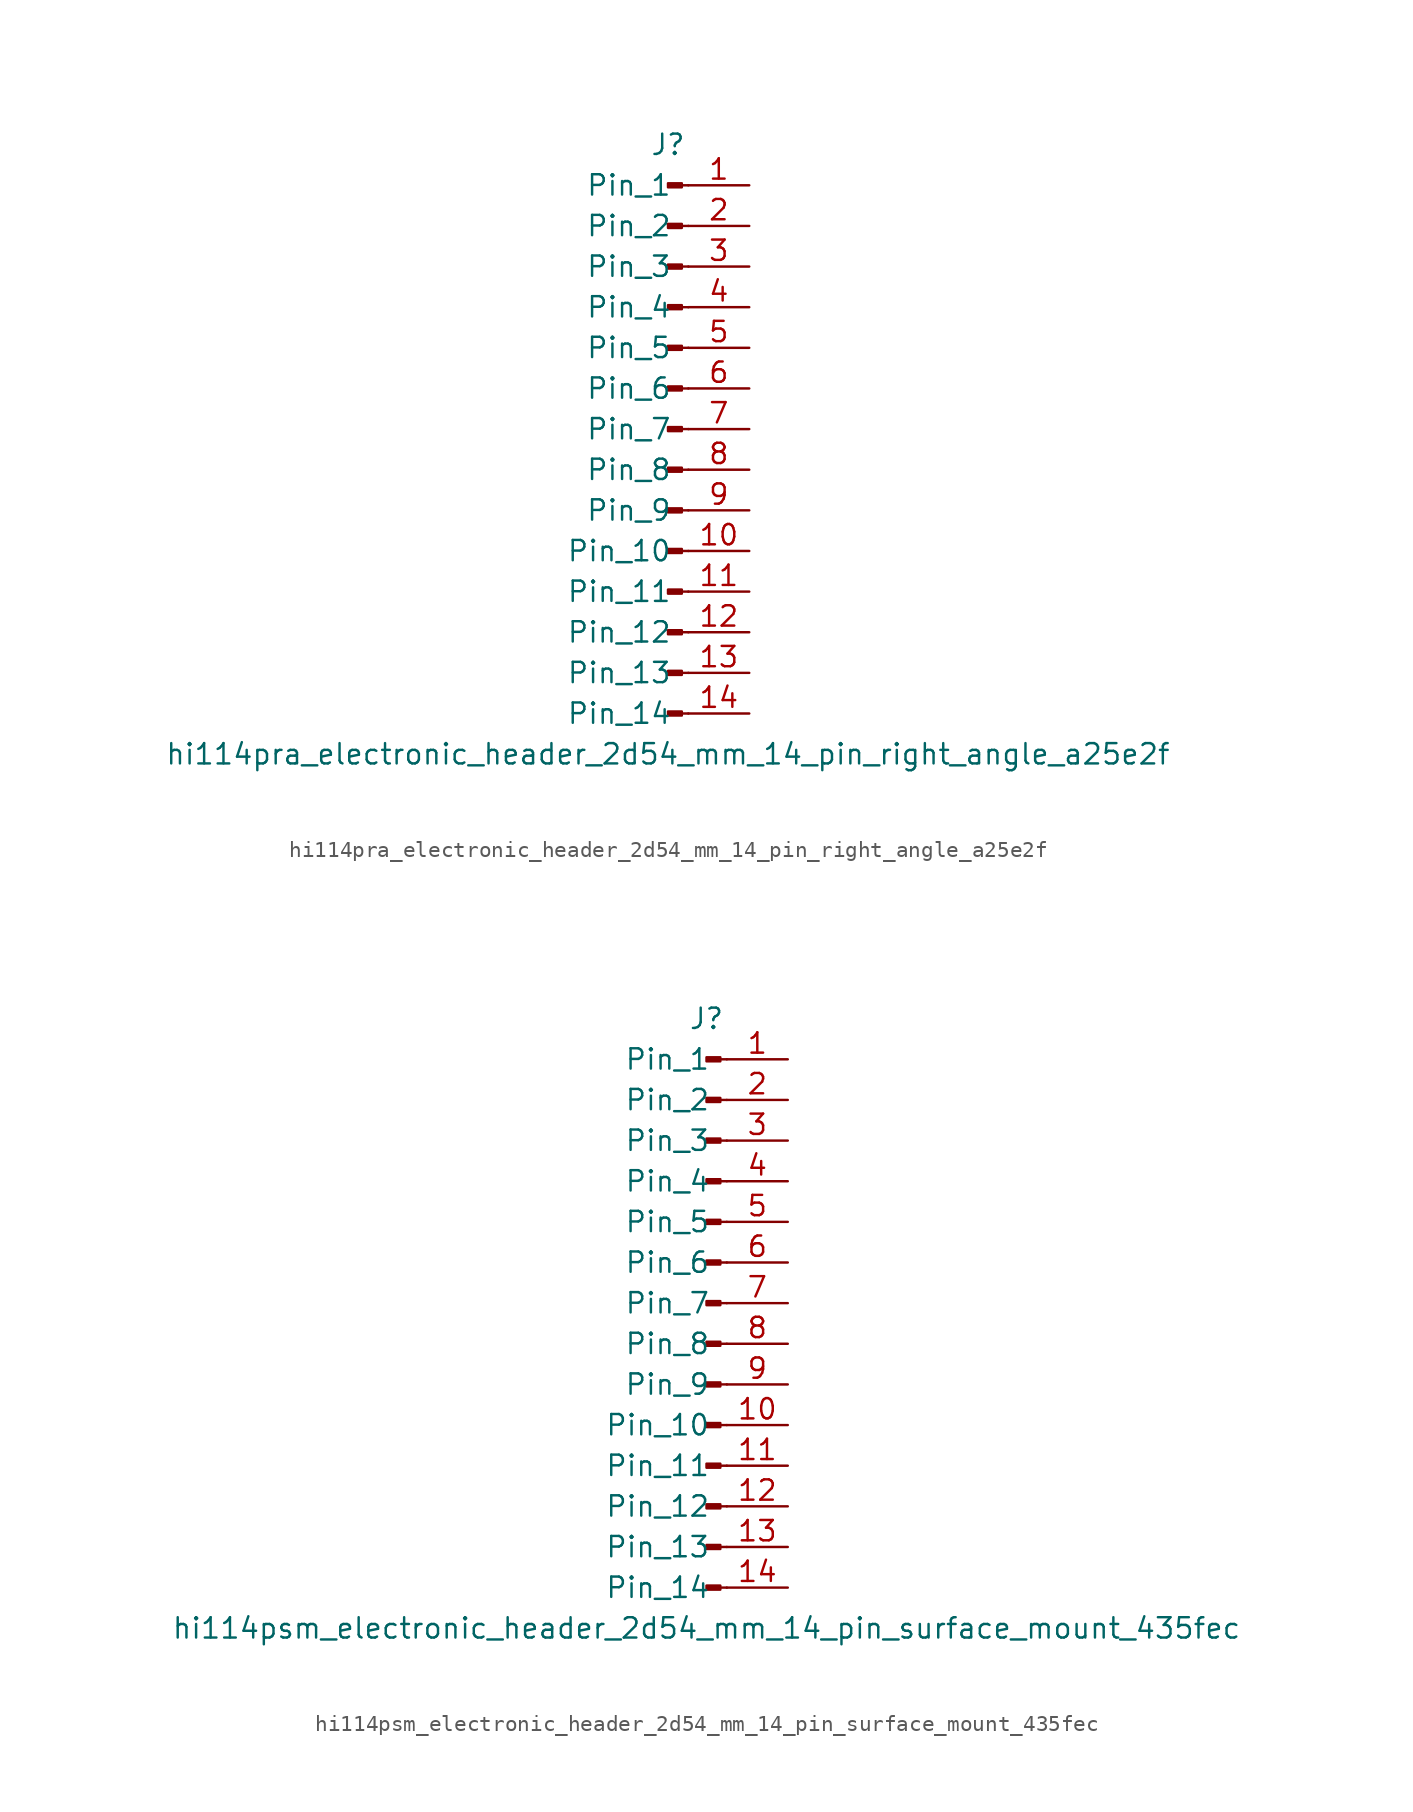
<source format=kicad_sym>
(kicad_symbol_lib
  (version 20220914)
  (generator kicad_symbol_editor)
  (symbol "hi114pra_electronic_header_2d54_mm_14_pin_right_angle_a25e2f"
    (pin_names
      (offset 1.016))
    (property "Reference" "J"
      (at 0 17.78 0)
      (effects (font (size 1.27 1.27))))
    (property "Value" "hi114pra_electronic_header_2d54_mm_14_pin_right_angle_a25e2f"
      (at 0 -20.32 0)
      (effects (font (size 1.27 1.27))))
    (property "ki_locked" ""
      (at 0 0 0)
      (effects (font (size 1.27 1.27))))
    (symbol "hi114pra_electronic_header_2d54_mm_14_pin_right_angle_a25e2f_1_1"
      (polyline (pts (xy 1.27 -17.78) (xy 0.864 -17.78)) (stroke (width 0.152) (type default)) (fill (type none)))
      (polyline (pts (xy 1.27 -15.24) (xy 0.864 -15.24)) (stroke (width 0.152) (type default)) (fill (type none)))
      (polyline (pts (xy 1.27 -12.7) (xy 0.864 -12.7)) (stroke (width 0.152) (type default)) (fill (type none)))
      (polyline (pts (xy 1.27 -10.16) (xy 0.864 -10.16)) (stroke (width 0.152) (type default)) (fill (type none)))
      (polyline (pts (xy 1.27 -7.62) (xy 0.864 -7.62)) (stroke (width 0.152) (type default)) (fill (type none)))
      (polyline (pts (xy 1.27 -5.08) (xy 0.864 -5.08)) (stroke (width 0.152) (type default)) (fill (type none)))
      (polyline (pts (xy 1.27 -2.54) (xy 0.864 -2.54)) (stroke (width 0.152) (type default)) (fill (type none)))
      (polyline (pts (xy 1.27 0) (xy 0.864 0)) (stroke (width 0.152) (type default)) (fill (type none)))
      (polyline (pts (xy 1.27 2.54) (xy 0.864 2.54)) (stroke (width 0.152) (type default)) (fill (type none)))
      (polyline (pts (xy 1.27 5.08) (xy 0.864 5.08)) (stroke (width 0.152) (type default)) (fill (type none)))
      (polyline (pts (xy 1.27 7.62) (xy 0.864 7.62)) (stroke (width 0.152) (type default)) (fill (type none)))
      (polyline (pts (xy 1.27 10.16) (xy 0.864 10.16)) (stroke (width 0.152) (type default)) (fill (type none)))
      (polyline (pts (xy 1.27 12.7) (xy 0.864 12.7)) (stroke (width 0.152) (type default)) (fill (type none)))
      (polyline (pts (xy 1.27 15.24) (xy 0.864 15.24)) (stroke (width 0.152) (type default)) (fill (type none)))
      (rectangle (start 0.864 -17.653) (end 0 -17.907) (stroke (width 0.152) (type default)) (fill (type outline)))
      (rectangle (start 0.864 -15.113) (end 0 -15.367) (stroke (width 0.152) (type default)) (fill (type outline)))
      (rectangle (start 0.864 -12.573) (end 0 -12.827) (stroke (width 0.152) (type default)) (fill (type outline)))
      (rectangle (start 0.864 -10.033) (end 0 -10.287) (stroke (width 0.152) (type default)) (fill (type outline)))
      (rectangle (start 0.864 -7.493) (end 0 -7.747) (stroke (width 0.152) (type default)) (fill (type outline)))
      (rectangle (start 0.864 -4.953) (end 0 -5.207) (stroke (width 0.152) (type default)) (fill (type outline)))
      (rectangle (start 0.864 -2.413) (end 0 -2.667) (stroke (width 0.152) (type default)) (fill (type outline)))
      (rectangle (start 0.864 0.127) (end 0 -0.127) (stroke (width 0.152) (type default)) (fill (type outline)))
      (rectangle (start 0.864 2.667) (end 0 2.413) (stroke (width 0.152) (type default)) (fill (type outline)))
      (rectangle (start 0.864 5.207) (end 0 4.953) (stroke (width 0.152) (type default)) (fill (type outline)))
      (rectangle (start 0.864 7.747) (end 0 7.493) (stroke (width 0.152) (type default)) (fill (type outline)))
      (rectangle (start 0.864 10.287) (end 0 10.033) (stroke (width 0.152) (type default)) (fill (type outline)))
      (rectangle (start 0.864 12.827) (end 0 12.573) (stroke (width 0.152) (type default)) (fill (type outline)))
      (rectangle (start 0.864 15.367) (end 0 15.113) (stroke (width 0.152) (type default)) (fill (type outline)))
      (pin passive line (at 5.08 15.24 180) (length 3.81) (name "Pin_1" (effects (font (size 1.27 1.27)))) (number "1" (effects (font (size 1.27 1.27)))))
      (pin passive line (at 5.08 -7.62 180) (length 3.81) (name "Pin_10" (effects (font (size 1.27 1.27)))) (number "10" (effects (font (size 1.27 1.27)))))
      (pin passive line (at 5.08 -10.16 180) (length 3.81) (name "Pin_11" (effects (font (size 1.27 1.27)))) (number "11" (effects (font (size 1.27 1.27)))))
      (pin passive line (at 5.08 -12.7 180) (length 3.81) (name "Pin_12" (effects (font (size 1.27 1.27)))) (number "12" (effects (font (size 1.27 1.27)))))
      (pin passive line (at 5.08 -15.24 180) (length 3.81) (name "Pin_13" (effects (font (size 1.27 1.27)))) (number "13" (effects (font (size 1.27 1.27)))))
      (pin passive line (at 5.08 -17.78 180) (length 3.81) (name "Pin_14" (effects (font (size 1.27 1.27)))) (number "14" (effects (font (size 1.27 1.27)))))
      (pin passive line (at 5.08 12.7 180) (length 3.81) (name "Pin_2" (effects (font (size 1.27 1.27)))) (number "2" (effects (font (size 1.27 1.27)))))
      (pin passive line (at 5.08 10.16 180) (length 3.81) (name "Pin_3" (effects (font (size 1.27 1.27)))) (number "3" (effects (font (size 1.27 1.27)))))
      (pin passive line (at 5.08 7.62 180) (length 3.81) (name "Pin_4" (effects (font (size 1.27 1.27)))) (number "4" (effects (font (size 1.27 1.27)))))
      (pin passive line (at 5.08 5.08 180) (length 3.81) (name "Pin_5" (effects (font (size 1.27 1.27)))) (number "5" (effects (font (size 1.27 1.27)))))
      (pin passive line (at 5.08 2.54 180) (length 3.81) (name "Pin_6" (effects (font (size 1.27 1.27)))) (number "6" (effects (font (size 1.27 1.27)))))
      (pin passive line (at 5.08 0 180) (length 3.81) (name "Pin_7" (effects (font (size 1.27 1.27)))) (number "7" (effects (font (size 1.27 1.27)))))
      (pin passive line (at 5.08 -2.54 180) (length 3.81) (name "Pin_8" (effects (font (size 1.27 1.27)))) (number "8" (effects (font (size 1.27 1.27)))))
      (pin passive line (at 5.08 -5.08 180) (length 3.81) (name "Pin_9" (effects (font (size 1.27 1.27)))) (number "9" (effects (font (size 1.27 1.27)))))))
  (symbol "hi114psm_electronic_header_2d54_mm_14_pin_surface_mount_435fec"
    (pin_names
      (offset 1.016))
    (property "Reference" "J"
      (at 0 17.78 0)
      (effects (font (size 1.27 1.27))))
    (property "Value" "hi114psm_electronic_header_2d54_mm_14_pin_surface_mount_435fec"
      (at 0 -20.32 0)
      (effects (font (size 1.27 1.27))))
    (property "ki_locked" ""
      (at 0 0 0)
      (effects (font (size 1.27 1.27))))
    (symbol "hi114psm_electronic_header_2d54_mm_14_pin_surface_mount_435fec_1_1"
      (polyline (pts (xy 1.27 -17.78) (xy 0.864 -17.78)) (stroke (width 0.152) (type default)) (fill (type none)))
      (polyline (pts (xy 1.27 -15.24) (xy 0.864 -15.24)) (stroke (width 0.152) (type default)) (fill (type none)))
      (polyline (pts (xy 1.27 -12.7) (xy 0.864 -12.7)) (stroke (width 0.152) (type default)) (fill (type none)))
      (polyline (pts (xy 1.27 -10.16) (xy 0.864 -10.16)) (stroke (width 0.152) (type default)) (fill (type none)))
      (polyline (pts (xy 1.27 -7.62) (xy 0.864 -7.62)) (stroke (width 0.152) (type default)) (fill (type none)))
      (polyline (pts (xy 1.27 -5.08) (xy 0.864 -5.08)) (stroke (width 0.152) (type default)) (fill (type none)))
      (polyline (pts (xy 1.27 -2.54) (xy 0.864 -2.54)) (stroke (width 0.152) (type default)) (fill (type none)))
      (polyline (pts (xy 1.27 0) (xy 0.864 0)) (stroke (width 0.152) (type default)) (fill (type none)))
      (polyline (pts (xy 1.27 2.54) (xy 0.864 2.54)) (stroke (width 0.152) (type default)) (fill (type none)))
      (polyline (pts (xy 1.27 5.08) (xy 0.864 5.08)) (stroke (width 0.152) (type default)) (fill (type none)))
      (polyline (pts (xy 1.27 7.62) (xy 0.864 7.62)) (stroke (width 0.152) (type default)) (fill (type none)))
      (polyline (pts (xy 1.27 10.16) (xy 0.864 10.16)) (stroke (width 0.152) (type default)) (fill (type none)))
      (polyline (pts (xy 1.27 12.7) (xy 0.864 12.7)) (stroke (width 0.152) (type default)) (fill (type none)))
      (polyline (pts (xy 1.27 15.24) (xy 0.864 15.24)) (stroke (width 0.152) (type default)) (fill (type none)))
      (rectangle (start 0.864 -17.653) (end 0 -17.907) (stroke (width 0.152) (type default)) (fill (type outline)))
      (rectangle (start 0.864 -15.113) (end 0 -15.367) (stroke (width 0.152) (type default)) (fill (type outline)))
      (rectangle (start 0.864 -12.573) (end 0 -12.827) (stroke (width 0.152) (type default)) (fill (type outline)))
      (rectangle (start 0.864 -10.033) (end 0 -10.287) (stroke (width 0.152) (type default)) (fill (type outline)))
      (rectangle (start 0.864 -7.493) (end 0 -7.747) (stroke (width 0.152) (type default)) (fill (type outline)))
      (rectangle (start 0.864 -4.953) (end 0 -5.207) (stroke (width 0.152) (type default)) (fill (type outline)))
      (rectangle (start 0.864 -2.413) (end 0 -2.667) (stroke (width 0.152) (type default)) (fill (type outline)))
      (rectangle (start 0.864 0.127) (end 0 -0.127) (stroke (width 0.152) (type default)) (fill (type outline)))
      (rectangle (start 0.864 2.667) (end 0 2.413) (stroke (width 0.152) (type default)) (fill (type outline)))
      (rectangle (start 0.864 5.207) (end 0 4.953) (stroke (width 0.152) (type default)) (fill (type outline)))
      (rectangle (start 0.864 7.747) (end 0 7.493) (stroke (width 0.152) (type default)) (fill (type outline)))
      (rectangle (start 0.864 10.287) (end 0 10.033) (stroke (width 0.152) (type default)) (fill (type outline)))
      (rectangle (start 0.864 12.827) (end 0 12.573) (stroke (width 0.152) (type default)) (fill (type outline)))
      (rectangle (start 0.864 15.367) (end 0 15.113) (stroke (width 0.152) (type default)) (fill (type outline)))
      (pin passive line (at 5.08 15.24 180) (length 3.81) (name "Pin_1" (effects (font (size 1.27 1.27)))) (number "1" (effects (font (size 1.27 1.27)))))
      (pin passive line (at 5.08 -7.62 180) (length 3.81) (name "Pin_10" (effects (font (size 1.27 1.27)))) (number "10" (effects (font (size 1.27 1.27)))))
      (pin passive line (at 5.08 -10.16 180) (length 3.81) (name "Pin_11" (effects (font (size 1.27 1.27)))) (number "11" (effects (font (size 1.27 1.27)))))
      (pin passive line (at 5.08 -12.7 180) (length 3.81) (name "Pin_12" (effects (font (size 1.27 1.27)))) (number "12" (effects (font (size 1.27 1.27)))))
      (pin passive line (at 5.08 -15.24 180) (length 3.81) (name "Pin_13" (effects (font (size 1.27 1.27)))) (number "13" (effects (font (size 1.27 1.27)))))
      (pin passive line (at 5.08 -17.78 180) (length 3.81) (name "Pin_14" (effects (font (size 1.27 1.27)))) (number "14" (effects (font (size 1.27 1.27)))))
      (pin passive line (at 5.08 12.7 180) (length 3.81) (name "Pin_2" (effects (font (size 1.27 1.27)))) (number "2" (effects (font (size 1.27 1.27)))))
      (pin passive line (at 5.08 10.16 180) (length 3.81) (name "Pin_3" (effects (font (size 1.27 1.27)))) (number "3" (effects (font (size 1.27 1.27)))))
      (pin passive line (at 5.08 7.62 180) (length 3.81) (name "Pin_4" (effects (font (size 1.27 1.27)))) (number "4" (effects (font (size 1.27 1.27)))))
      (pin passive line (at 5.08 5.08 180) (length 3.81) (name "Pin_5" (effects (font (size 1.27 1.27)))) (number "5" (effects (font (size 1.27 1.27)))))
      (pin passive line (at 5.08 2.54 180) (length 3.81) (name "Pin_6" (effects (font (size 1.27 1.27)))) (number "6" (effects (font (size 1.27 1.27)))))
      (pin passive line (at 5.08 0 180) (length 3.81) (name "Pin_7" (effects (font (size 1.27 1.27)))) (number "7" (effects (font (size 1.27 1.27)))))
      (pin passive line (at 5.08 -2.54 180) (length 3.81) (name "Pin_8" (effects (font (size 1.27 1.27)))) (number "8" (effects (font (size 1.27 1.27)))))
      (pin passive line (at 5.08 -5.08 180) (length 3.81) (name "Pin_9" (effects (font (size 1.27 1.27)))) (number "9" (effects (font (size 1.27 1.27))))))))
</source>
